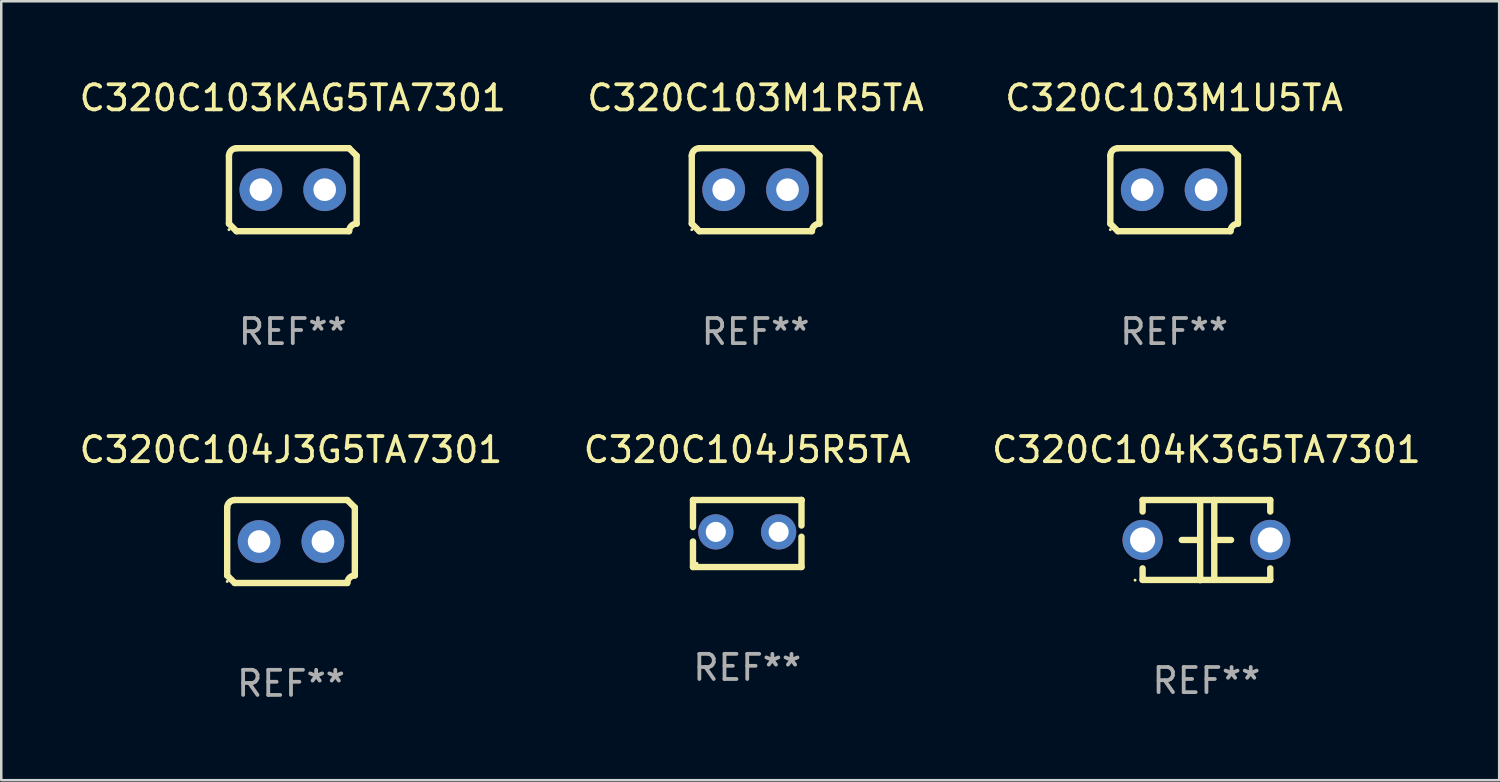
<source format=kicad_pcb>
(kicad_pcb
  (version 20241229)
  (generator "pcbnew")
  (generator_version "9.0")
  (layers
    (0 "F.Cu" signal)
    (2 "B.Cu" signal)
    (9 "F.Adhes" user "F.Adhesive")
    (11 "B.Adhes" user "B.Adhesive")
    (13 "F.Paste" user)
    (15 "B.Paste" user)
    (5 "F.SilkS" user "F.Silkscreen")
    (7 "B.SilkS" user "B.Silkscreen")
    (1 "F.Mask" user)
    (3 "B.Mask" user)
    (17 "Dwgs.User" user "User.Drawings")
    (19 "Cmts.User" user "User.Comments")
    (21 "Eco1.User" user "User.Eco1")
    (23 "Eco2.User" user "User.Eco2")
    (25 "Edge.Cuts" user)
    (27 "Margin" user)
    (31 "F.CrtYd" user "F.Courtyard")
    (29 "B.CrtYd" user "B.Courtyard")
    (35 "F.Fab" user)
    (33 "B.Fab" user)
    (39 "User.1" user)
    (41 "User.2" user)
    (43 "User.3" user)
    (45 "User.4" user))
  (footprint "C320C104J5R5TA"
    (layer "F.Cu")
    (at 26.685 18.18)
    (property "Reference" "C320C104J5R5TA" (at 0 -3.334 0) (layer "F.SilkS") (effects (font (size 1 1) (thickness 0.15))))
    (attr through_hole)
    (fp_line (start -2.159 -1.334) (end 2.159 -1.334) (stroke (width 0.254) (type solid)) (layer "F.SilkS"))
    (fp_line (start -2.159 -0.256) (end -2.159 -1.334) (stroke (width 0.254) (type solid)) (layer "F.SilkS"))
    (fp_line (start -2.159 1.334) (end -2.159 0.318) (stroke (width 0.254) (type solid)) (layer "F.SilkS"))
    (fp_line (start 2.159 -1.334) (end 2.159 -1.334) (stroke (width 0.254) (type solid)) (layer "F.SilkS"))
    (fp_line (start 2.159 -1.334) (end 2.159 -0.318) (stroke (width 0.254) (type solid)) (layer "F.SilkS"))
    (fp_line (start 2.159 0.129) (end 2.159 1.334) (stroke (width 0.254) (type solid)) (layer "F.SilkS"))
    (fp_line (start 2.159 1.334) (end -2.159 1.334) (stroke (width 0.254) (type solid)) (layer "F.SilkS"))
    (fp_circle (center -2 1.186) (end -1.97 1.186) (stroke (width 0.06) (type solid)) (fill no) (layer "F.SilkS"))
    (fp_text user "REF**" (at 0 5.334 0) (layer "F.Fab") (effects (font (size 1 1) (thickness 0.15))))
    (pad "1" thru_hole circle (at -1.25 -0.064) (size 1.4 1.4) (drill 0.8) (layers "*.Cu" "*.Mask"))
    (pad "2" thru_hole circle (at 1.25 -0.064) (size 1.4 1.4) (drill 0.8) (layers "*.Cu" "*.Mask")))
  (footprint "C320C104J3G5TA7301"
    (layer "F.Cu")
    (at 8.53 18.498)
    (property "Reference" "C320C104J3G5TA7301" (at 0 -3.651 0) (layer "F.SilkS") (effects (font (size 1 1) (thickness 0.15))))
    (attr through_hole)
    (fp_line (start -2.54 -1.351) (end -2.54 1.351) (stroke (width 0.254) (type solid)) (layer "F.SilkS"))
    (fp_line (start -2.24 -1.651) (end 2.24 -1.651) (stroke (width 0.254) (type solid)) (layer "F.SilkS"))
    (fp_line (start 2.24 1.651) (end -2.24 1.651) (stroke (width 0.254) (type solid)) (layer "F.SilkS"))
    (fp_line (start 2.54 1.351) (end 2.54 -1.351) (stroke (width 0.254) (type solid)) (layer "F.SilkS"))
    (fp_arc (start -2.540005 -1.351283) (mid -2.450115 -1.561309) (end -2.240005 -1.651003) (stroke (width 0.254001) (type solid)) (layer "F.SilkS"))
    (fp_arc (start -2.240287 1.651001) (mid -2.390163 1.501019) (end -2.540005 1.351003) (stroke (width 0.254001) (type solid)) (layer "F.SilkS"))
    (fp_arc (start 2.240005 1.651003) (mid 2.329934 1.441015) (end 2.540005 1.351282) (stroke (width 0.254001) (type solid)) (layer "F.SilkS"))
    (fp_arc (start 2.540005 -1.351003) (mid 2.389393 -1.500252) (end 2.240284 -1.651003) (stroke (width 0.254001) (type solid)) (layer "F.SilkS"))
    (fp_circle (center -2.54 1.59) (end -2.51 1.59) (stroke (width 0.06) (type solid)) (fill no) (layer "F.SilkS"))
    (fp_text user "REF**" (at 0 5.651 0) (layer "F.Fab") (effects (font (size 1 1) (thickness 0.15))))
    (pad "1" thru_hole circle (at -1.27 0) (size 1.7 1.7) (drill 0.9) (layers "*.Cu" "*.Mask"))
    (pad "2" thru_hole circle (at 1.27 0) (size 1.7 1.7) (drill 0.9) (layers "*.Cu" "*.Mask")))
  (footprint "C320C103M1R5TA"
    (layer "F.Cu")
    (at 27.018 4.499)
    (property "Reference" "C320C103M1R5TA" (at 0 -3.651 0) (layer "F.SilkS") (effects (font (size 1 1) (thickness 0.15))))
    (attr through_hole)
    (fp_line (start -2.54 -1.351) (end -2.54 1.351) (stroke (width 0.254) (type solid)) (layer "F.SilkS"))
    (fp_line (start -2.24 -1.651) (end 2.24 -1.651) (stroke (width 0.254) (type solid)) (layer "F.SilkS"))
    (fp_line (start 2.24 1.651) (end -2.24 1.651) (stroke (width 0.254) (type solid)) (layer "F.SilkS"))
    (fp_line (start 2.54 1.351) (end 2.54 -1.351) (stroke (width 0.254) (type solid)) (layer "F.SilkS"))
    (fp_arc (start -2.540005 -1.351283) (mid -2.450115 -1.561309) (end -2.240005 -1.651003) (stroke (width 0.254001) (type solid)) (layer "F.SilkS"))
    (fp_arc (start -2.240287 1.651001) (mid -2.390163 1.501019) (end -2.540005 1.351003) (stroke (width 0.254001) (type solid)) (layer "F.SilkS"))
    (fp_arc (start 2.240005 1.651003) (mid 2.329934 1.441015) (end 2.540005 1.351282) (stroke (width 0.254001) (type solid)) (layer "F.SilkS"))
    (fp_arc (start 2.540005 -1.351003) (mid 2.389393 -1.500252) (end 2.240284 -1.651003) (stroke (width 0.254001) (type solid)) (layer "F.SilkS"))
    (fp_circle (center -2.54 1.59) (end -2.51 1.59) (stroke (width 0.06) (type solid)) (fill no) (layer "F.SilkS"))
    (fp_text user "REF**" (at 0 5.651 0) (layer "F.Fab") (effects (font (size 1 1) (thickness 0.15))))
    (pad "1" thru_hole circle (at -1.27 0) (size 1.7 1.7) (drill 0.9) (layers "*.Cu" "*.Mask"))
    (pad "2" thru_hole circle (at 1.27 0) (size 1.7 1.7) (drill 0.9) (layers "*.Cu" "*.Mask")))
  (footprint "C320C104K3G5TA7301"
    (layer "F.Cu")
    (at 44.958 18.442)
    (property "Reference" "C320C104K3G5TA7301" (at 0 -3.595 0) (layer "F.SilkS") (effects (font (size 1 1) (thickness 0.15))))
    (attr through_hole)
    (fp_line (start -2.54 -1.595) (end -2.54 -1.136) (stroke (width 0.254) (type solid)) (layer "F.SilkS"))
    (fp_line (start -2.54 -1.595) (end 2.54 -1.595) (stroke (width 0.254) (type solid)) (layer "F.SilkS"))
    (fp_line (start -2.54 1.126) (end -2.54 1.585) (stroke (width 0.254) (type solid)) (layer "F.SilkS"))
    (fp_line (start -0.312 -0.005) (end -0.98 -0.005) (stroke (width 0.254) (type solid)) (layer "F.SilkS"))
    (fp_line (start -0.25 -1.585) (end -0.25 1.595) (stroke (width 0.254) (type solid)) (layer "F.SilkS"))
    (fp_line (start 0.312 -1.595) (end 0.312 1.585) (stroke (width 0.254) (type solid)) (layer "F.SilkS"))
    (fp_line (start 0.312 -0.005) (end 0.98 -0.005) (stroke (width 0.254) (type solid)) (layer "F.SilkS"))
    (fp_line (start 2.54 -1.595) (end 2.54 -1.136) (stroke (width 0.254) (type solid)) (layer "F.SilkS"))
    (fp_line (start 2.54 1.126) (end 2.54 1.585) (stroke (width 0.254) (type solid)) (layer "F.SilkS"))
    (fp_line (start 2.54 1.585) (end -2.54 1.585) (stroke (width 0.254) (type solid)) (layer "F.SilkS"))
    (fp_circle (center -2.84 1.595) (end -2.81 1.595) (stroke (width 0.06) (type solid)) (fill no) (layer "F.SilkS"))
    (fp_text user "REF**" (at 0 5.595 0) (layer "F.Fab") (effects (font (size 1 1) (thickness 0.15))))
    (pad "1" thru_hole circle (at -2.54 -0.005) (size 1.6 1.6) (drill 1) (layers "*.Cu" "*.Mask"))
    (pad "2" thru_hole circle (at 2.54 -0.005) (size 1.6 1.6) (drill 1) (layers "*.Cu" "*.Mask")))
  (footprint "C320C103M1U5TA"
    (layer "F.Cu")
    (at 43.673 4.499)
    (property "Reference" "C320C103M1U5TA" (at 0 -3.651 0) (layer "F.SilkS") (effects (font (size 1 1) (thickness 0.15))))
    (attr through_hole)
    (fp_line (start -2.54 -1.351) (end -2.54 1.351) (stroke (width 0.254) (type solid)) (layer "F.SilkS"))
    (fp_line (start -2.24 -1.651) (end 2.24 -1.651) (stroke (width 0.254) (type solid)) (layer "F.SilkS"))
    (fp_line (start 2.24 1.651) (end -2.24 1.651) (stroke (width 0.254) (type solid)) (layer "F.SilkS"))
    (fp_line (start 2.54 1.351) (end 2.54 -1.351) (stroke (width 0.254) (type solid)) (layer "F.SilkS"))
    (fp_arc (start -2.540005 -1.351283) (mid -2.450115 -1.561309) (end -2.240005 -1.651003) (stroke (width 0.254001) (type solid)) (layer "F.SilkS"))
    (fp_arc (start -2.240287 1.651001) (mid -2.390163 1.501019) (end -2.540005 1.351003) (stroke (width 0.254001) (type solid)) (layer "F.SilkS"))
    (fp_arc (start 2.240005 1.651003) (mid 2.329934 1.441015) (end 2.540005 1.351282) (stroke (width 0.254001) (type solid)) (layer "F.SilkS"))
    (fp_arc (start 2.540005 -1.351003) (mid 2.389393 -1.500252) (end 2.240284 -1.651003) (stroke (width 0.254001) (type solid)) (layer "F.SilkS"))
    (fp_circle (center -2.54 1.59) (end -2.51 1.59) (stroke (width 0.06) (type solid)) (fill no) (layer "F.SilkS"))
    (fp_text user "REF**" (at 0 5.651 0) (layer "F.Fab") (effects (font (size 1 1) (thickness 0.15))))
    (pad "1" thru_hole circle (at -1.27 0) (size 1.7 1.7) (drill 0.9) (layers "*.Cu" "*.Mask"))
    (pad "2" thru_hole circle (at 1.27 0) (size 1.7 1.7) (drill 0.9) (layers "*.Cu" "*.Mask")))
  (footprint "C320C103KAG5TA7301"
    (layer "F.Cu")
    (at 8.601 4.499)
    (property "Reference" "C320C103KAG5TA7301" (at 0 -3.651 0) (layer "F.SilkS") (effects (font (size 1 1) (thickness 0.15))))
    (attr through_hole)
    (fp_line (start -2.54 -1.351) (end -2.54 1.351) (stroke (width 0.254) (type solid)) (layer "F.SilkS"))
    (fp_line (start -2.24 -1.651) (end 2.24 -1.651) (stroke (width 0.254) (type solid)) (layer "F.SilkS"))
    (fp_line (start 2.24 1.651) (end -2.24 1.651) (stroke (width 0.254) (type solid)) (layer "F.SilkS"))
    (fp_line (start 2.54 1.351) (end 2.54 -1.351) (stroke (width 0.254) (type solid)) (layer "F.SilkS"))
    (fp_arc (start -2.540005 -1.351283) (mid -2.450115 -1.561309) (end -2.240005 -1.651003) (stroke (width 0.254001) (type solid)) (layer "F.SilkS"))
    (fp_arc (start -2.240287 1.651001) (mid -2.390163 1.501019) (end -2.540005 1.351003) (stroke (width 0.254001) (type solid)) (layer "F.SilkS"))
    (fp_arc (start 2.240005 1.651003) (mid 2.329934 1.441015) (end 2.540005 1.351282) (stroke (width 0.254001) (type solid)) (layer "F.SilkS"))
    (fp_arc (start 2.540005 -1.351003) (mid 2.389393 -1.500252) (end 2.240284 -1.651003) (stroke (width 0.254001) (type solid)) (layer "F.SilkS"))
    (fp_circle (center -2.54 1.59) (end -2.51 1.59) (stroke (width 0.06) (type solid)) (fill no) (layer "F.SilkS"))
    (fp_text user "REF**" (at 0 5.651 0) (layer "F.Fab") (effects (font (size 1 1) (thickness 0.15))))
    (pad "1" thru_hole circle (at -1.27 0) (size 1.7 1.7) (drill 0.9) (layers "*.Cu" "*.Mask"))
    (pad "2" thru_hole circle (at 1.27 0) (size 1.7 1.7) (drill 0.9) (layers "*.Cu" "*.Mask")))
  (gr_rect
    (start -3 -3)
    (end 56.607 27.997)
    (stroke (width 0.1) (type default))
    (fill no)
    (layer "Edge.Cuts")))
</source>
